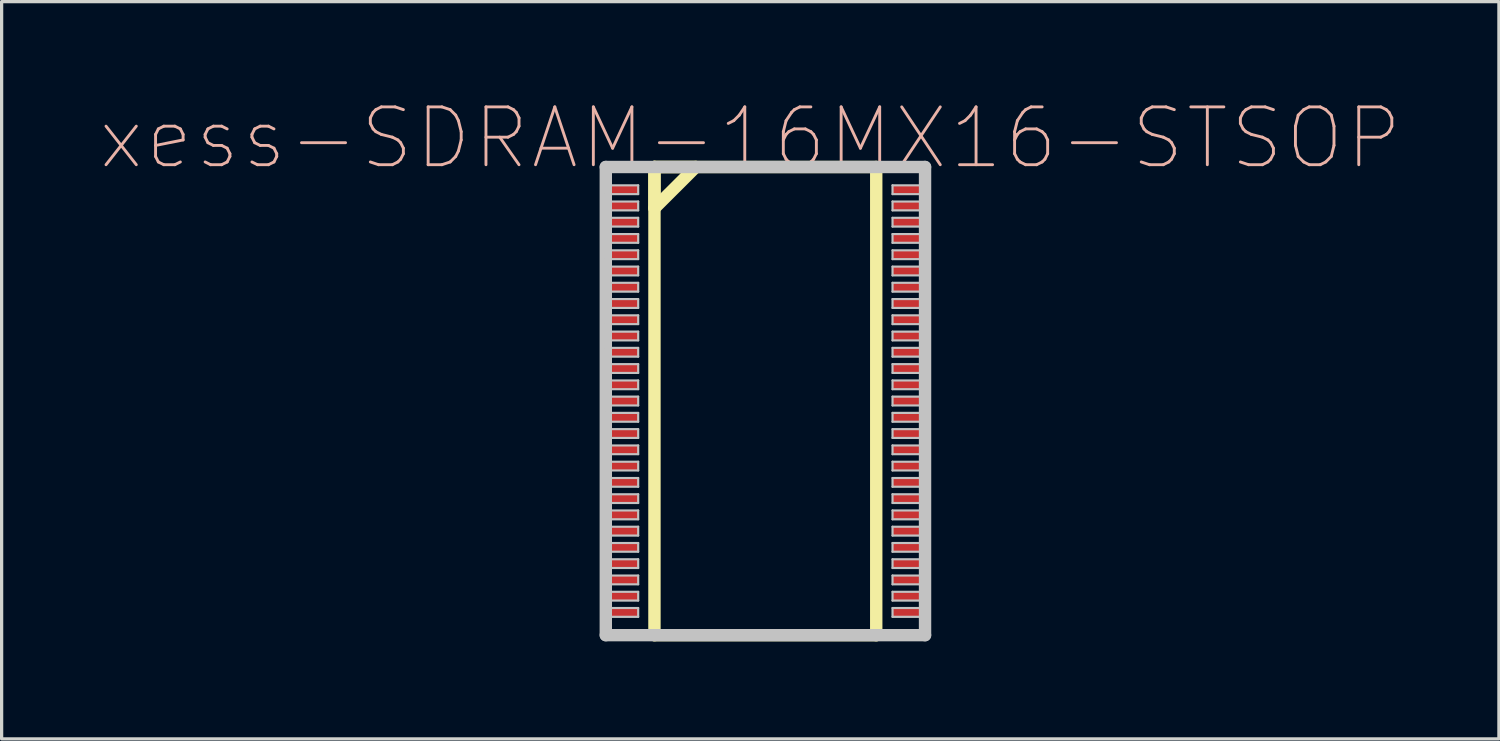
<source format=kicad_pcb>
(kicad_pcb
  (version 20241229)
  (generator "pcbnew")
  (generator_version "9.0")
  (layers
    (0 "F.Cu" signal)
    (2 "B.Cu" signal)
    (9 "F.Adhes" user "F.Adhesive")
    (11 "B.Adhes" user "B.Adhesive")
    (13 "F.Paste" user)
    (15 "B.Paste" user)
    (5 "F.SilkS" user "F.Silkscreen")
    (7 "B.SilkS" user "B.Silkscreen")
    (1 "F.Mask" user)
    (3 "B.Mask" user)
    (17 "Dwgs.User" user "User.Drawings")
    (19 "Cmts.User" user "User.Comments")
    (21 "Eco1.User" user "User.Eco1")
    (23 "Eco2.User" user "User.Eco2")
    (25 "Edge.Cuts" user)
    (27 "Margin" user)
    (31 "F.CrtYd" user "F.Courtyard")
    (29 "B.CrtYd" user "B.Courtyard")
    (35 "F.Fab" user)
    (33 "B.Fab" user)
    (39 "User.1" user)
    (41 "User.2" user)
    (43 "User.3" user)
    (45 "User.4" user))
  (footprint "xess-SDRAM-16MX16-STSOP"
    (layer "F.Cu")
    (at 16.077 2.784)
    (property "Reference" "xess-SDRAM-16MX16-STSOP" (at 3.945 -1.587 0) (layer "B.SilkS") (effects (font (size 1.778 1.778) (thickness 0.089))))
    (attr smd)
    (fp_line (start 0.998 -0.699) (end 0.998 0.569) (stroke (width 0.381) (type solid)) (layer "F.SilkS"))
    (fp_line (start 0.998 -0.699) (end 0.998 13.698) (stroke (width 0.381) (type solid)) (layer "F.SilkS"))
    (fp_line (start 0.998 0.569) (end 2.268 -0.699) (stroke (width 0.381) (type solid)) (layer "F.SilkS"))
    (fp_line (start 0.998 13.698) (end 7.818 13.698) (stroke (width 0.381) (type solid)) (layer "F.SilkS"))
    (fp_line (start 2.268 -0.699) (end 0.998 -0.699) (stroke (width 0.381) (type solid)) (layer "F.SilkS"))
    (fp_line (start 7.818 -0.699) (end 0.998 -0.699) (stroke (width 0.381) (type solid)) (layer "F.SilkS"))
    (fp_line (start 7.818 13.698) (end 7.818 -0.699) (stroke (width 0.381) (type solid)) (layer "F.SilkS"))
    (fp_line (start -0.498 -0.699) (end -0.498 13.698) (stroke (width 0.381) (type solid)) (layer "Dwgs.User"))
    (fp_line (start -0.498 -0.135) (end 0.498 -0.135) (stroke (width 0.066) (type solid)) (layer "Dwgs.User"))
    (fp_line (start -0.498 0.135) (end -0.498 -0.135) (stroke (width 0.066) (type solid)) (layer "Dwgs.User"))
    (fp_line (start -0.498 0.135) (end 0.498 0.135) (stroke (width 0.066) (type solid)) (layer "Dwgs.User"))
    (fp_line (start -0.498 0.363) (end 0.498 0.363) (stroke (width 0.066) (type solid)) (layer "Dwgs.User"))
    (fp_line (start -0.498 0.635) (end -0.498 0.363) (stroke (width 0.066) (type solid)) (layer "Dwgs.User"))
    (fp_line (start -0.498 0.635) (end 0.498 0.635) (stroke (width 0.066) (type solid)) (layer "Dwgs.User"))
    (fp_line (start -0.498 0.864) (end 0.498 0.864) (stroke (width 0.066) (type solid)) (layer "Dwgs.User"))
    (fp_line (start -0.498 1.133) (end -0.498 0.864) (stroke (width 0.066) (type solid)) (layer "Dwgs.User"))
    (fp_line (start -0.498 1.133) (end 0.498 1.133) (stroke (width 0.066) (type solid)) (layer "Dwgs.User"))
    (fp_line (start -0.498 1.364) (end 0.498 1.364) (stroke (width 0.066) (type solid)) (layer "Dwgs.User"))
    (fp_line (start -0.498 1.633) (end -0.498 1.364) (stroke (width 0.066) (type solid)) (layer "Dwgs.User"))
    (fp_line (start -0.498 1.633) (end 0.498 1.633) (stroke (width 0.066) (type solid)) (layer "Dwgs.User"))
    (fp_line (start -0.498 1.864) (end 0.498 1.864) (stroke (width 0.066) (type solid)) (layer "Dwgs.User"))
    (fp_line (start -0.498 2.134) (end -0.498 1.864) (stroke (width 0.066) (type solid)) (layer "Dwgs.User"))
    (fp_line (start -0.498 2.134) (end 0.498 2.134) (stroke (width 0.066) (type solid)) (layer "Dwgs.User"))
    (fp_line (start -0.498 2.365) (end 0.498 2.365) (stroke (width 0.066) (type solid)) (layer "Dwgs.User"))
    (fp_line (start -0.498 2.634) (end -0.498 2.365) (stroke (width 0.066) (type solid)) (layer "Dwgs.User"))
    (fp_line (start -0.498 2.634) (end 0.498 2.634) (stroke (width 0.066) (type solid)) (layer "Dwgs.User"))
    (fp_line (start -0.498 2.863) (end 0.498 2.863) (stroke (width 0.066) (type solid)) (layer "Dwgs.User"))
    (fp_line (start -0.498 3.134) (end -0.498 2.863) (stroke (width 0.066) (type solid)) (layer "Dwgs.User"))
    (fp_line (start -0.498 3.134) (end 0.498 3.134) (stroke (width 0.066) (type solid)) (layer "Dwgs.User"))
    (fp_line (start -0.498 3.363) (end 0.498 3.363) (stroke (width 0.066) (type solid)) (layer "Dwgs.User"))
    (fp_line (start -0.498 3.635) (end -0.498 3.363) (stroke (width 0.066) (type solid)) (layer "Dwgs.User"))
    (fp_line (start -0.498 3.635) (end 0.498 3.635) (stroke (width 0.066) (type solid)) (layer "Dwgs.User"))
    (fp_line (start -0.498 3.863) (end 0.498 3.863) (stroke (width 0.066) (type solid)) (layer "Dwgs.User"))
    (fp_line (start -0.498 4.133) (end -0.498 3.863) (stroke (width 0.066) (type solid)) (layer "Dwgs.User"))
    (fp_line (start -0.498 4.133) (end 0.498 4.133) (stroke (width 0.066) (type solid)) (layer "Dwgs.User"))
    (fp_line (start -0.498 4.364) (end 0.498 4.364) (stroke (width 0.066) (type solid)) (layer "Dwgs.User"))
    (fp_line (start -0.498 4.633) (end -0.498 4.364) (stroke (width 0.066) (type solid)) (layer "Dwgs.User"))
    (fp_line (start -0.498 4.633) (end 0.498 4.633) (stroke (width 0.066) (type solid)) (layer "Dwgs.User"))
    (fp_line (start -0.498 4.864) (end 0.498 4.864) (stroke (width 0.066) (type solid)) (layer "Dwgs.User"))
    (fp_line (start -0.498 5.133) (end -0.498 4.864) (stroke (width 0.066) (type solid)) (layer "Dwgs.User"))
    (fp_line (start -0.498 5.133) (end 0.498 5.133) (stroke (width 0.066) (type solid)) (layer "Dwgs.User"))
    (fp_line (start -0.498 5.364) (end 0.498 5.364) (stroke (width 0.066) (type solid)) (layer "Dwgs.User"))
    (fp_line (start -0.498 5.634) (end -0.498 5.364) (stroke (width 0.066) (type solid)) (layer "Dwgs.User"))
    (fp_line (start -0.498 5.634) (end 0.498 5.634) (stroke (width 0.066) (type solid)) (layer "Dwgs.User"))
    (fp_line (start -0.498 5.865) (end 0.498 5.865) (stroke (width 0.066) (type solid)) (layer "Dwgs.User"))
    (fp_line (start -0.498 6.134) (end -0.498 5.865) (stroke (width 0.066) (type solid)) (layer "Dwgs.User"))
    (fp_line (start -0.498 6.134) (end 0.498 6.134) (stroke (width 0.066) (type solid)) (layer "Dwgs.User"))
    (fp_line (start -0.498 6.363) (end 0.498 6.363) (stroke (width 0.066) (type solid)) (layer "Dwgs.User"))
    (fp_line (start -0.498 6.634) (end -0.498 6.363) (stroke (width 0.066) (type solid)) (layer "Dwgs.User"))
    (fp_line (start -0.498 6.634) (end 0.498 6.634) (stroke (width 0.066) (type solid)) (layer "Dwgs.User"))
    (fp_line (start -0.498 6.863) (end 0.498 6.863) (stroke (width 0.066) (type solid)) (layer "Dwgs.User"))
    (fp_line (start -0.498 7.135) (end -0.498 6.863) (stroke (width 0.066) (type solid)) (layer "Dwgs.User"))
    (fp_line (start -0.498 7.135) (end 0.498 7.135) (stroke (width 0.066) (type solid)) (layer "Dwgs.User"))
    (fp_line (start -0.498 7.363) (end 0.498 7.363) (stroke (width 0.066) (type solid)) (layer "Dwgs.User"))
    (fp_line (start -0.498 7.633) (end -0.498 7.363) (stroke (width 0.066) (type solid)) (layer "Dwgs.User"))
    (fp_line (start -0.498 7.633) (end 0.498 7.633) (stroke (width 0.066) (type solid)) (layer "Dwgs.User"))
    (fp_line (start -0.498 7.864) (end 0.498 7.864) (stroke (width 0.066) (type solid)) (layer "Dwgs.User"))
    (fp_line (start -0.498 8.133) (end -0.498 7.864) (stroke (width 0.066) (type solid)) (layer "Dwgs.User"))
    (fp_line (start -0.498 8.133) (end 0.498 8.133) (stroke (width 0.066) (type solid)) (layer "Dwgs.User"))
    (fp_line (start -0.498 8.364) (end 0.498 8.364) (stroke (width 0.066) (type solid)) (layer "Dwgs.User"))
    (fp_line (start -0.498 8.633) (end -0.498 8.364) (stroke (width 0.066) (type solid)) (layer "Dwgs.User"))
    (fp_line (start -0.498 8.633) (end 0.498 8.633) (stroke (width 0.066) (type solid)) (layer "Dwgs.User"))
    (fp_line (start -0.498 8.865) (end 0.498 8.865) (stroke (width 0.066) (type solid)) (layer "Dwgs.User"))
    (fp_line (start -0.498 9.134) (end -0.498 8.865) (stroke (width 0.066) (type solid)) (layer "Dwgs.User"))
    (fp_line (start -0.498 9.134) (end 0.498 9.134) (stroke (width 0.066) (type solid)) (layer "Dwgs.User"))
    (fp_line (start -0.498 9.365) (end 0.498 9.365) (stroke (width 0.066) (type solid)) (layer "Dwgs.User"))
    (fp_line (start -0.498 9.634) (end -0.498 9.365) (stroke (width 0.066) (type solid)) (layer "Dwgs.User"))
    (fp_line (start -0.498 9.634) (end 0.498 9.634) (stroke (width 0.066) (type solid)) (layer "Dwgs.User"))
    (fp_line (start -0.498 9.863) (end 0.498 9.863) (stroke (width 0.066) (type solid)) (layer "Dwgs.User"))
    (fp_line (start -0.498 10.135) (end -0.498 9.863) (stroke (width 0.066) (type solid)) (layer "Dwgs.User"))
    (fp_line (start -0.498 10.135) (end 0.498 10.135) (stroke (width 0.066) (type solid)) (layer "Dwgs.User"))
    (fp_line (start -0.498 10.363) (end 0.498 10.363) (stroke (width 0.066) (type solid)) (layer "Dwgs.User"))
    (fp_line (start -0.498 10.635) (end -0.498 10.363) (stroke (width 0.066) (type solid)) (layer "Dwgs.User"))
    (fp_line (start -0.498 10.635) (end 0.498 10.635) (stroke (width 0.066) (type solid)) (layer "Dwgs.User"))
    (fp_line (start -0.498 10.864) (end 0.498 10.864) (stroke (width 0.066) (type solid)) (layer "Dwgs.User"))
    (fp_line (start -0.498 11.133) (end -0.498 10.864) (stroke (width 0.066) (type solid)) (layer "Dwgs.User"))
    (fp_line (start -0.498 11.133) (end 0.498 11.133) (stroke (width 0.066) (type solid)) (layer "Dwgs.User"))
    (fp_line (start -0.498 11.364) (end 0.498 11.364) (stroke (width 0.066) (type solid)) (layer "Dwgs.User"))
    (fp_line (start -0.498 11.633) (end -0.498 11.364) (stroke (width 0.066) (type solid)) (layer "Dwgs.User"))
    (fp_line (start -0.498 11.633) (end 0.498 11.633) (stroke (width 0.066) (type solid)) (layer "Dwgs.User"))
    (fp_line (start -0.498 11.864) (end 0.498 11.864) (stroke (width 0.066) (type solid)) (layer "Dwgs.User"))
    (fp_line (start -0.498 12.134) (end -0.498 11.864) (stroke (width 0.066) (type solid)) (layer "Dwgs.User"))
    (fp_line (start -0.498 12.134) (end 0.498 12.134) (stroke (width 0.066) (type solid)) (layer "Dwgs.User"))
    (fp_line (start -0.498 12.365) (end 0.498 12.365) (stroke (width 0.066) (type solid)) (layer "Dwgs.User"))
    (fp_line (start -0.498 12.634) (end -0.498 12.365) (stroke (width 0.066) (type solid)) (layer "Dwgs.User"))
    (fp_line (start -0.498 12.634) (end 0.498 12.634) (stroke (width 0.066) (type solid)) (layer "Dwgs.User"))
    (fp_line (start -0.498 12.863) (end 0.498 12.863) (stroke (width 0.066) (type solid)) (layer "Dwgs.User"))
    (fp_line (start -0.498 13.134) (end -0.498 12.863) (stroke (width 0.066) (type solid)) (layer "Dwgs.User"))
    (fp_line (start -0.498 13.134) (end 0.498 13.134) (stroke (width 0.066) (type solid)) (layer "Dwgs.User"))
    (fp_line (start -0.498 13.698) (end 9.319 13.698) (stroke (width 0.381) (type solid)) (layer "Dwgs.User"))
    (fp_line (start 0.498 0.135) (end 0.498 -0.135) (stroke (width 0.066) (type solid)) (layer "Dwgs.User"))
    (fp_line (start 0.498 0.635) (end 0.498 0.363) (stroke (width 0.066) (type solid)) (layer "Dwgs.User"))
    (fp_line (start 0.498 1.133) (end 0.498 0.864) (stroke (width 0.066) (type solid)) (layer "Dwgs.User"))
    (fp_line (start 0.498 1.633) (end 0.498 1.364) (stroke (width 0.066) (type solid)) (layer "Dwgs.User"))
    (fp_line (start 0.498 2.134) (end 0.498 1.864) (stroke (width 0.066) (type solid)) (layer "Dwgs.User"))
    (fp_line (start 0.498 2.634) (end 0.498 2.365) (stroke (width 0.066) (type solid)) (layer "Dwgs.User"))
    (fp_line (start 0.498 3.134) (end 0.498 2.863) (stroke (width 0.066) (type solid)) (layer "Dwgs.User"))
    (fp_line (start 0.498 3.635) (end 0.498 3.363) (stroke (width 0.066) (type solid)) (layer "Dwgs.User"))
    (fp_line (start 0.498 4.133) (end 0.498 3.863) (stroke (width 0.066) (type solid)) (layer "Dwgs.User"))
    (fp_line (start 0.498 4.633) (end 0.498 4.364) (stroke (width 0.066) (type solid)) (layer "Dwgs.User"))
    (fp_line (start 0.498 5.133) (end 0.498 4.864) (stroke (width 0.066) (type solid)) (layer "Dwgs.User"))
    (fp_line (start 0.498 5.634) (end 0.498 5.364) (stroke (width 0.066) (type solid)) (layer "Dwgs.User"))
    (fp_line (start 0.498 6.134) (end 0.498 5.865) (stroke (width 0.066) (type solid)) (layer "Dwgs.User"))
    (fp_line (start 0.498 6.634) (end 0.498 6.363) (stroke (width 0.066) (type solid)) (layer "Dwgs.User"))
    (fp_line (start 0.498 7.135) (end 0.498 6.863) (stroke (width 0.066) (type solid)) (layer "Dwgs.User"))
    (fp_line (start 0.498 7.633) (end 0.498 7.363) (stroke (width 0.066) (type solid)) (layer "Dwgs.User"))
    (fp_line (start 0.498 8.133) (end 0.498 7.864) (stroke (width 0.066) (type solid)) (layer "Dwgs.User"))
    (fp_line (start 0.498 8.633) (end 0.498 8.364) (stroke (width 0.066) (type solid)) (layer "Dwgs.User"))
    (fp_line (start 0.498 9.134) (end 0.498 8.865) (stroke (width 0.066) (type solid)) (layer "Dwgs.User"))
    (fp_line (start 0.498 9.634) (end 0.498 9.365) (stroke (width 0.066) (type solid)) (layer "Dwgs.User"))
    (fp_line (start 0.498 10.135) (end 0.498 9.863) (stroke (width 0.066) (type solid)) (layer "Dwgs.User"))
    (fp_line (start 0.498 10.635) (end 0.498 10.363) (stroke (width 0.066) (type solid)) (layer "Dwgs.User"))
    (fp_line (start 0.498 11.133) (end 0.498 10.864) (stroke (width 0.066) (type solid)) (layer "Dwgs.User"))
    (fp_line (start 0.498 11.633) (end 0.498 11.364) (stroke (width 0.066) (type solid)) (layer "Dwgs.User"))
    (fp_line (start 0.498 12.134) (end 0.498 11.864) (stroke (width 0.066) (type solid)) (layer "Dwgs.User"))
    (fp_line (start 0.498 12.634) (end 0.498 12.365) (stroke (width 0.066) (type solid)) (layer "Dwgs.User"))
    (fp_line (start 0.498 13.134) (end 0.498 12.863) (stroke (width 0.066) (type solid)) (layer "Dwgs.User"))
    (fp_line (start 8.319 -0.135) (end 9.319 -0.135) (stroke (width 0.066) (type solid)) (layer "Dwgs.User"))
    (fp_line (start 8.319 0.135) (end 8.319 -0.135) (stroke (width 0.066) (type solid)) (layer "Dwgs.User"))
    (fp_line (start 8.319 0.135) (end 9.319 0.135) (stroke (width 0.066) (type solid)) (layer "Dwgs.User"))
    (fp_line (start 8.319 0.363) (end 9.319 0.363) (stroke (width 0.066) (type solid)) (layer "Dwgs.User"))
    (fp_line (start 8.319 0.635) (end 8.319 0.363) (stroke (width 0.066) (type solid)) (layer "Dwgs.User"))
    (fp_line (start 8.319 0.635) (end 9.319 0.635) (stroke (width 0.066) (type solid)) (layer "Dwgs.User"))
    (fp_line (start 8.319 0.864) (end 9.319 0.864) (stroke (width 0.066) (type solid)) (layer "Dwgs.User"))
    (fp_line (start 8.319 1.133) (end 8.319 0.864) (stroke (width 0.066) (type solid)) (layer "Dwgs.User"))
    (fp_line (start 8.319 1.133) (end 9.319 1.133) (stroke (width 0.066) (type solid)) (layer "Dwgs.User"))
    (fp_line (start 8.319 1.364) (end 9.319 1.364) (stroke (width 0.066) (type solid)) (layer "Dwgs.User"))
    (fp_line (start 8.319 1.633) (end 8.319 1.364) (stroke (width 0.066) (type solid)) (layer "Dwgs.User"))
    (fp_line (start 8.319 1.633) (end 9.319 1.633) (stroke (width 0.066) (type solid)) (layer "Dwgs.User"))
    (fp_line (start 8.319 1.864) (end 9.319 1.864) (stroke (width 0.066) (type solid)) (layer "Dwgs.User"))
    (fp_line (start 8.319 2.134) (end 8.319 1.864) (stroke (width 0.066) (type solid)) (layer "Dwgs.User"))
    (fp_line (start 8.319 2.134) (end 9.319 2.134) (stroke (width 0.066) (type solid)) (layer "Dwgs.User"))
    (fp_line (start 8.319 2.365) (end 9.319 2.365) (stroke (width 0.066) (type solid)) (layer "Dwgs.User"))
    (fp_line (start 8.319 2.634) (end 8.319 2.365) (stroke (width 0.066) (type solid)) (layer "Dwgs.User"))
    (fp_line (start 8.319 2.634) (end 9.319 2.634) (stroke (width 0.066) (type solid)) (layer "Dwgs.User"))
    (fp_line (start 8.319 2.863) (end 9.319 2.863) (stroke (width 0.066) (type solid)) (layer "Dwgs.User"))
    (fp_line (start 8.319 3.134) (end 8.319 2.863) (stroke (width 0.066) (type solid)) (layer "Dwgs.User"))
    (fp_line (start 8.319 3.134) (end 9.319 3.134) (stroke (width 0.066) (type solid)) (layer "Dwgs.User"))
    (fp_line (start 8.319 3.363) (end 9.319 3.363) (stroke (width 0.066) (type solid)) (layer "Dwgs.User"))
    (fp_line (start 8.319 3.635) (end 8.319 3.363) (stroke (width 0.066) (type solid)) (layer "Dwgs.User"))
    (fp_line (start 8.319 3.635) (end 9.319 3.635) (stroke (width 0.066) (type solid)) (layer "Dwgs.User"))
    (fp_line (start 8.319 3.863) (end 9.319 3.863) (stroke (width 0.066) (type solid)) (layer "Dwgs.User"))
    (fp_line (start 8.319 4.133) (end 8.319 3.863) (stroke (width 0.066) (type solid)) (layer "Dwgs.User"))
    (fp_line (start 8.319 4.133) (end 9.319 4.133) (stroke (width 0.066) (type solid)) (layer "Dwgs.User"))
    (fp_line (start 8.319 4.364) (end 9.319 4.364) (stroke (width 0.066) (type solid)) (layer "Dwgs.User"))
    (fp_line (start 8.319 4.633) (end 8.319 4.364) (stroke (width 0.066) (type solid)) (layer "Dwgs.User"))
    (fp_line (start 8.319 4.633) (end 9.319 4.633) (stroke (width 0.066) (type solid)) (layer "Dwgs.User"))
    (fp_line (start 8.319 4.864) (end 9.319 4.864) (stroke (width 0.066) (type solid)) (layer "Dwgs.User"))
    (fp_line (start 8.319 5.133) (end 8.319 4.864) (stroke (width 0.066) (type solid)) (layer "Dwgs.User"))
    (fp_line (start 8.319 5.133) (end 9.319 5.133) (stroke (width 0.066) (type solid)) (layer "Dwgs.User"))
    (fp_line (start 8.319 5.364) (end 9.319 5.364) (stroke (width 0.066) (type solid)) (layer "Dwgs.User"))
    (fp_line (start 8.319 5.634) (end 8.319 5.364) (stroke (width 0.066) (type solid)) (layer "Dwgs.User"))
    (fp_line (start 8.319 5.634) (end 9.319 5.634) (stroke (width 0.066) (type solid)) (layer "Dwgs.User"))
    (fp_line (start 8.319 5.865) (end 9.319 5.865) (stroke (width 0.066) (type solid)) (layer "Dwgs.User"))
    (fp_line (start 8.319 6.134) (end 8.319 5.865) (stroke (width 0.066) (type solid)) (layer "Dwgs.User"))
    (fp_line (start 8.319 6.134) (end 9.319 6.134) (stroke (width 0.066) (type solid)) (layer "Dwgs.User"))
    (fp_line (start 8.319 6.363) (end 9.319 6.363) (stroke (width 0.066) (type solid)) (layer "Dwgs.User"))
    (fp_line (start 8.319 6.634) (end 8.319 6.363) (stroke (width 0.066) (type solid)) (layer "Dwgs.User"))
    (fp_line (start 8.319 6.634) (end 9.319 6.634) (stroke (width 0.066) (type solid)) (layer "Dwgs.User"))
    (fp_line (start 8.319 6.863) (end 9.319 6.863) (stroke (width 0.066) (type solid)) (layer "Dwgs.User"))
    (fp_line (start 8.319 7.135) (end 8.319 6.863) (stroke (width 0.066) (type solid)) (layer "Dwgs.User"))
    (fp_line (start 8.319 7.135) (end 9.319 7.135) (stroke (width 0.066) (type solid)) (layer "Dwgs.User"))
    (fp_line (start 8.319 7.363) (end 9.319 7.363) (stroke (width 0.066) (type solid)) (layer "Dwgs.User"))
    (fp_line (start 8.319 7.633) (end 8.319 7.363) (stroke (width 0.066) (type solid)) (layer "Dwgs.User"))
    (fp_line (start 8.319 7.633) (end 9.319 7.633) (stroke (width 0.066) (type solid)) (layer "Dwgs.User"))
    (fp_line (start 8.319 7.864) (end 9.319 7.864) (stroke (width 0.066) (type solid)) (layer "Dwgs.User"))
    (fp_line (start 8.319 8.133) (end 8.319 7.864) (stroke (width 0.066) (type solid)) (layer "Dwgs.User"))
    (fp_line (start 8.319 8.133) (end 9.319 8.133) (stroke (width 0.066) (type solid)) (layer "Dwgs.User"))
    (fp_line (start 8.319 8.364) (end 9.319 8.364) (stroke (width 0.066) (type solid)) (layer "Dwgs.User"))
    (fp_line (start 8.319 8.633) (end 8.319 8.364) (stroke (width 0.066) (type solid)) (layer "Dwgs.User"))
    (fp_line (start 8.319 8.633) (end 9.319 8.633) (stroke (width 0.066) (type solid)) (layer "Dwgs.User"))
    (fp_line (start 8.319 8.865) (end 9.319 8.865) (stroke (width 0.066) (type solid)) (layer "Dwgs.User"))
    (fp_line (start 8.319 9.134) (end 8.319 8.865) (stroke (width 0.066) (type solid)) (layer "Dwgs.User"))
    (fp_line (start 8.319 9.134) (end 9.319 9.134) (stroke (width 0.066) (type solid)) (layer "Dwgs.User"))
    (fp_line (start 8.319 9.365) (end 9.319 9.365) (stroke (width 0.066) (type solid)) (layer "Dwgs.User"))
    (fp_line (start 8.319 9.634) (end 8.319 9.365) (stroke (width 0.066) (type solid)) (layer "Dwgs.User"))
    (fp_line (start 8.319 9.634) (end 9.319 9.634) (stroke (width 0.066) (type solid)) (layer "Dwgs.User"))
    (fp_line (start 8.319 9.863) (end 9.319 9.863) (stroke (width 0.066) (type solid)) (layer "Dwgs.User"))
    (fp_line (start 8.319 10.135) (end 8.319 9.863) (stroke (width 0.066) (type solid)) (layer "Dwgs.User"))
    (fp_line (start 8.319 10.135) (end 9.319 10.135) (stroke (width 0.066) (type solid)) (layer "Dwgs.User"))
    (fp_line (start 8.319 10.363) (end 9.319 10.363) (stroke (width 0.066) (type solid)) (layer "Dwgs.User"))
    (fp_line (start 8.319 10.635) (end 8.319 10.363) (stroke (width 0.066) (type solid)) (layer "Dwgs.User"))
    (fp_line (start 8.319 10.635) (end 9.319 10.635) (stroke (width 0.066) (type solid)) (layer "Dwgs.User"))
    (fp_line (start 8.319 10.864) (end 9.319 10.864) (stroke (width 0.066) (type solid)) (layer "Dwgs.User"))
    (fp_line (start 8.319 11.133) (end 8.319 10.864) (stroke (width 0.066) (type solid)) (layer "Dwgs.User"))
    (fp_line (start 8.319 11.133) (end 9.319 11.133) (stroke (width 0.066) (type solid)) (layer "Dwgs.User"))
    (fp_line (start 8.319 11.364) (end 9.319 11.364) (stroke (width 0.066) (type solid)) (layer "Dwgs.User"))
    (fp_line (start 8.319 11.633) (end 8.319 11.364) (stroke (width 0.066) (type solid)) (layer "Dwgs.User"))
    (fp_line (start 8.319 11.633) (end 9.319 11.633) (stroke (width 0.066) (type solid)) (layer "Dwgs.User"))
    (fp_line (start 8.319 11.864) (end 9.319 11.864) (stroke (width 0.066) (type solid)) (layer "Dwgs.User"))
    (fp_line (start 8.319 12.134) (end 8.319 11.864) (stroke (width 0.066) (type solid)) (layer "Dwgs.User"))
    (fp_line (start 8.319 12.134) (end 9.319 12.134) (stroke (width 0.066) (type solid)) (layer "Dwgs.User"))
    (fp_line (start 8.319 12.365) (end 9.319 12.365) (stroke (width 0.066) (type solid)) (layer "Dwgs.User"))
    (fp_line (start 8.319 12.634) (end 8.319 12.365) (stroke (width 0.066) (type solid)) (layer "Dwgs.User"))
    (fp_line (start 8.319 12.634) (end 9.319 12.634) (stroke (width 0.066) (type solid)) (layer "Dwgs.User"))
    (fp_line (start 8.319 12.863) (end 9.319 12.863) (stroke (width 0.066) (type solid)) (layer "Dwgs.User"))
    (fp_line (start 8.319 13.134) (end 8.319 12.863) (stroke (width 0.066) (type solid)) (layer "Dwgs.User"))
    (fp_line (start 8.319 13.134) (end 9.319 13.134) (stroke (width 0.066) (type solid)) (layer "Dwgs.User"))
    (fp_line (start 9.319 -0.699) (end -0.498 -0.699) (stroke (width 0.381) (type solid)) (layer "Dwgs.User"))
    (fp_line (start 9.319 0.135) (end 9.319 -0.135) (stroke (width 0.066) (type solid)) (layer "Dwgs.User"))
    (fp_line (start 9.319 0.635) (end 9.319 0.363) (stroke (width 0.066) (type solid)) (layer "Dwgs.User"))
    (fp_line (start 9.319 1.133) (end 9.319 0.864) (stroke (width 0.066) (type solid)) (layer "Dwgs.User"))
    (fp_line (start 9.319 1.633) (end 9.319 1.364) (stroke (width 0.066) (type solid)) (layer "Dwgs.User"))
    (fp_line (start 9.319 2.134) (end 9.319 1.864) (stroke (width 0.066) (type solid)) (layer "Dwgs.User"))
    (fp_line (start 9.319 2.634) (end 9.319 2.365) (stroke (width 0.066) (type solid)) (layer "Dwgs.User"))
    (fp_line (start 9.319 3.134) (end 9.319 2.863) (stroke (width 0.066) (type solid)) (layer "Dwgs.User"))
    (fp_line (start 9.319 3.635) (end 9.319 3.363) (stroke (width 0.066) (type solid)) (layer "Dwgs.User"))
    (fp_line (start 9.319 4.133) (end 9.319 3.863) (stroke (width 0.066) (type solid)) (layer "Dwgs.User"))
    (fp_line (start 9.319 4.633) (end 9.319 4.364) (stroke (width 0.066) (type solid)) (layer "Dwgs.User"))
    (fp_line (start 9.319 5.133) (end 9.319 4.864) (stroke (width 0.066) (type solid)) (layer "Dwgs.User"))
    (fp_line (start 9.319 5.634) (end 9.319 5.364) (stroke (width 0.066) (type solid)) (layer "Dwgs.User"))
    (fp_line (start 9.319 6.134) (end 9.319 5.865) (stroke (width 0.066) (type solid)) (layer "Dwgs.User"))
    (fp_line (start 9.319 6.634) (end 9.319 6.363) (stroke (width 0.066) (type solid)) (layer "Dwgs.User"))
    (fp_line (start 9.319 7.135) (end 9.319 6.863) (stroke (width 0.066) (type solid)) (layer "Dwgs.User"))
    (fp_line (start 9.319 7.633) (end 9.319 7.363) (stroke (width 0.066) (type solid)) (layer "Dwgs.User"))
    (fp_line (start 9.319 8.133) (end 9.319 7.864) (stroke (width 0.066) (type solid)) (layer "Dwgs.User"))
    (fp_line (start 9.319 8.633) (end 9.319 8.364) (stroke (width 0.066) (type solid)) (layer "Dwgs.User"))
    (fp_line (start 9.319 9.134) (end 9.319 8.865) (stroke (width 0.066) (type solid)) (layer "Dwgs.User"))
    (fp_line (start 9.319 9.634) (end 9.319 9.365) (stroke (width 0.066) (type solid)) (layer "Dwgs.User"))
    (fp_line (start 9.319 10.135) (end 9.319 9.863) (stroke (width 0.066) (type solid)) (layer "Dwgs.User"))
    (fp_line (start 9.319 10.635) (end 9.319 10.363) (stroke (width 0.066) (type solid)) (layer "Dwgs.User"))
    (fp_line (start 9.319 11.133) (end 9.319 10.864) (stroke (width 0.066) (type solid)) (layer "Dwgs.User"))
    (fp_line (start 9.319 11.633) (end 9.319 11.364) (stroke (width 0.066) (type solid)) (layer "Dwgs.User"))
    (fp_line (start 9.319 12.134) (end 9.319 11.864) (stroke (width 0.066) (type solid)) (layer "Dwgs.User"))
    (fp_line (start 9.319 12.634) (end 9.319 12.365) (stroke (width 0.066) (type solid)) (layer "Dwgs.User"))
    (fp_line (start 9.319 13.134) (end 9.319 12.863) (stroke (width 0.066) (type solid)) (layer "Dwgs.User"))
    (fp_line (start 9.319 13.698) (end 9.319 -0.699) (stroke (width 0.381) (type solid)) (layer "Dwgs.User"))
    (pad "1" smd rect (at 0 0) (size 0.998 0.269) (layers "F.Cu" "F.Mask" "F.Paste"))
    (pad "2" smd rect (at 0 0.498) (size 0.998 0.269) (layers "F.Cu" "F.Mask" "F.Paste"))
    (pad "3" smd rect (at 0 0.998) (size 0.998 0.269) (layers "F.Cu" "F.Mask" "F.Paste"))
    (pad "4" smd rect (at 0 1.499) (size 0.998 0.269) (layers "F.Cu" "F.Mask" "F.Paste"))
    (pad "5" smd rect (at 0 1.999) (size 0.998 0.269) (layers "F.Cu" "F.Mask" "F.Paste"))
    (pad "6" smd rect (at 0 2.499) (size 0.998 0.269) (layers "F.Cu" "F.Mask" "F.Paste"))
    (pad "7" smd rect (at 0 3) (size 0.998 0.269) (layers "F.Cu" "F.Mask" "F.Paste"))
    (pad "8" smd rect (at 0 3.498) (size 0.998 0.269) (layers "F.Cu" "F.Mask" "F.Paste"))
    (pad "9" smd rect (at 0 3.998) (size 0.998 0.269) (layers "F.Cu" "F.Mask" "F.Paste"))
    (pad "10" smd rect (at 0 4.498) (size 0.998 0.269) (layers "F.Cu" "F.Mask" "F.Paste"))
    (pad "11" smd rect (at 0 4.999) (size 0.998 0.269) (layers "F.Cu" "F.Mask" "F.Paste"))
    (pad "12" smd rect (at 0 5.499) (size 0.998 0.269) (layers "F.Cu" "F.Mask" "F.Paste"))
    (pad "13" smd rect (at 0 5.999) (size 0.998 0.269) (layers "F.Cu" "F.Mask" "F.Paste"))
    (pad "14" smd rect (at 0 6.5) (size 0.998 0.269) (layers "F.Cu" "F.Mask" "F.Paste"))
    (pad "15" smd rect (at 0 6.998) (size 0.998 0.269) (layers "F.Cu" "F.Mask" "F.Paste"))
    (pad "16" smd rect (at 0 7.498) (size 0.998 0.269) (layers "F.Cu" "F.Mask" "F.Paste"))
    (pad "17" smd rect (at 0 7.998) (size 0.998 0.269) (layers "F.Cu" "F.Mask" "F.Paste"))
    (pad "18" smd rect (at 0 8.499) (size 0.998 0.269) (layers "F.Cu" "F.Mask" "F.Paste"))
    (pad "19" smd rect (at 0 8.999) (size 0.998 0.269) (layers "F.Cu" "F.Mask" "F.Paste"))
    (pad "20" smd rect (at 0 9.5) (size 0.998 0.269) (layers "F.Cu" "F.Mask" "F.Paste"))
    (pad "21" smd rect (at 0 10) (size 0.998 0.269) (layers "F.Cu" "F.Mask" "F.Paste"))
    (pad "22" smd rect (at 0 10.498) (size 0.998 0.269) (layers "F.Cu" "F.Mask" "F.Paste"))
    (pad "23" smd rect (at 0 10.998) (size 0.998 0.269) (layers "F.Cu" "F.Mask" "F.Paste"))
    (pad "24" smd rect (at 0 11.499) (size 0.998 0.269) (layers "F.Cu" "F.Mask" "F.Paste"))
    (pad "25" smd rect (at 0 11.999) (size 0.998 0.269) (layers "F.Cu" "F.Mask" "F.Paste"))
    (pad "26" smd rect (at 0 12.499) (size 0.998 0.269) (layers "F.Cu" "F.Mask" "F.Paste"))
    (pad "27" smd rect (at 0 13) (size 0.998 0.269) (layers "F.Cu" "F.Mask" "F.Paste"))
    (pad "28" smd rect (at 8.819 13) (size 0.998 0.269) (layers "F.Cu" "F.Mask" "F.Paste"))
    (pad "29" smd rect (at 8.819 12.499) (size 0.998 0.269) (layers "F.Cu" "F.Mask" "F.Paste"))
    (pad "30" smd rect (at 8.819 11.999) (size 0.998 0.269) (layers "F.Cu" "F.Mask" "F.Paste"))
    (pad "31" smd rect (at 8.819 11.499) (size 0.998 0.269) (layers "F.Cu" "F.Mask" "F.Paste"))
    (pad "32" smd rect (at 8.819 10.998) (size 0.998 0.269) (layers "F.Cu" "F.Mask" "F.Paste"))
    (pad "33" smd rect (at 8.819 10.498) (size 0.998 0.269) (layers "F.Cu" "F.Mask" "F.Paste"))
    (pad "34" smd rect (at 8.819 10) (size 0.998 0.269) (layers "F.Cu" "F.Mask" "F.Paste"))
    (pad "35" smd rect (at 8.819 9.5) (size 0.998 0.269) (layers "F.Cu" "F.Mask" "F.Paste"))
    (pad "36" smd rect (at 8.819 8.999) (size 0.998 0.269) (layers "F.Cu" "F.Mask" "F.Paste"))
    (pad "37" smd rect (at 8.819 8.499) (size 0.998 0.269) (layers "F.Cu" "F.Mask" "F.Paste"))
    (pad "38" smd rect (at 8.819 7.998) (size 0.998 0.269) (layers "F.Cu" "F.Mask" "F.Paste"))
    (pad "39" smd rect (at 8.819 7.498) (size 0.998 0.269) (layers "F.Cu" "F.Mask" "F.Paste"))
    (pad "40" smd rect (at 8.819 6.998) (size 0.998 0.269) (layers "F.Cu" "F.Mask" "F.Paste"))
    (pad "41" smd rect (at 8.819 6.5) (size 0.998 0.269) (layers "F.Cu" "F.Mask" "F.Paste"))
    (pad "42" smd rect (at 8.819 5.999) (size 0.998 0.269) (layers "F.Cu" "F.Mask" "F.Paste"))
    (pad "43" smd rect (at 8.819 5.499) (size 0.998 0.269) (layers "F.Cu" "F.Mask" "F.Paste"))
    (pad "44" smd rect (at 8.819 4.999) (size 0.998 0.269) (layers "F.Cu" "F.Mask" "F.Paste"))
    (pad "45" smd rect (at 8.819 4.498) (size 0.998 0.269) (layers "F.Cu" "F.Mask" "F.Paste"))
    (pad "46" smd rect (at 8.819 3.998) (size 0.998 0.269) (layers "F.Cu" "F.Mask" "F.Paste"))
    (pad "47" smd rect (at 8.819 3.498) (size 0.998 0.269) (layers "F.Cu" "F.Mask" "F.Paste"))
    (pad "48" smd rect (at 8.819 3) (size 0.998 0.269) (layers "F.Cu" "F.Mask" "F.Paste"))
    (pad "49" smd rect (at 8.819 2.499) (size 0.998 0.269) (layers "F.Cu" "F.Mask" "F.Paste"))
    (pad "50" smd rect (at 8.819 1.999) (size 0.998 0.269) (layers "F.Cu" "F.Mask" "F.Paste"))
    (pad "51" smd rect (at 8.819 1.499) (size 0.998 0.269) (layers "F.Cu" "F.Mask" "F.Paste"))
    (pad "52" smd rect (at 8.819 0.998) (size 0.998 0.269) (layers "F.Cu" "F.Mask" "F.Paste"))
    (pad "53" smd rect (at 8.819 0.498) (size 0.998 0.269) (layers "F.Cu" "F.Mask" "F.Paste"))
    (pad "54" smd rect (at 8.819 0) (size 0.998 0.269) (layers "F.Cu" "F.Mask" "F.Paste")))
  (gr_rect
    (start -3 -3)
    (end 43.043 19.672)
    (stroke (width 0.1) (type default))
    (fill no)
    (layer "Edge.Cuts")))
</source>
